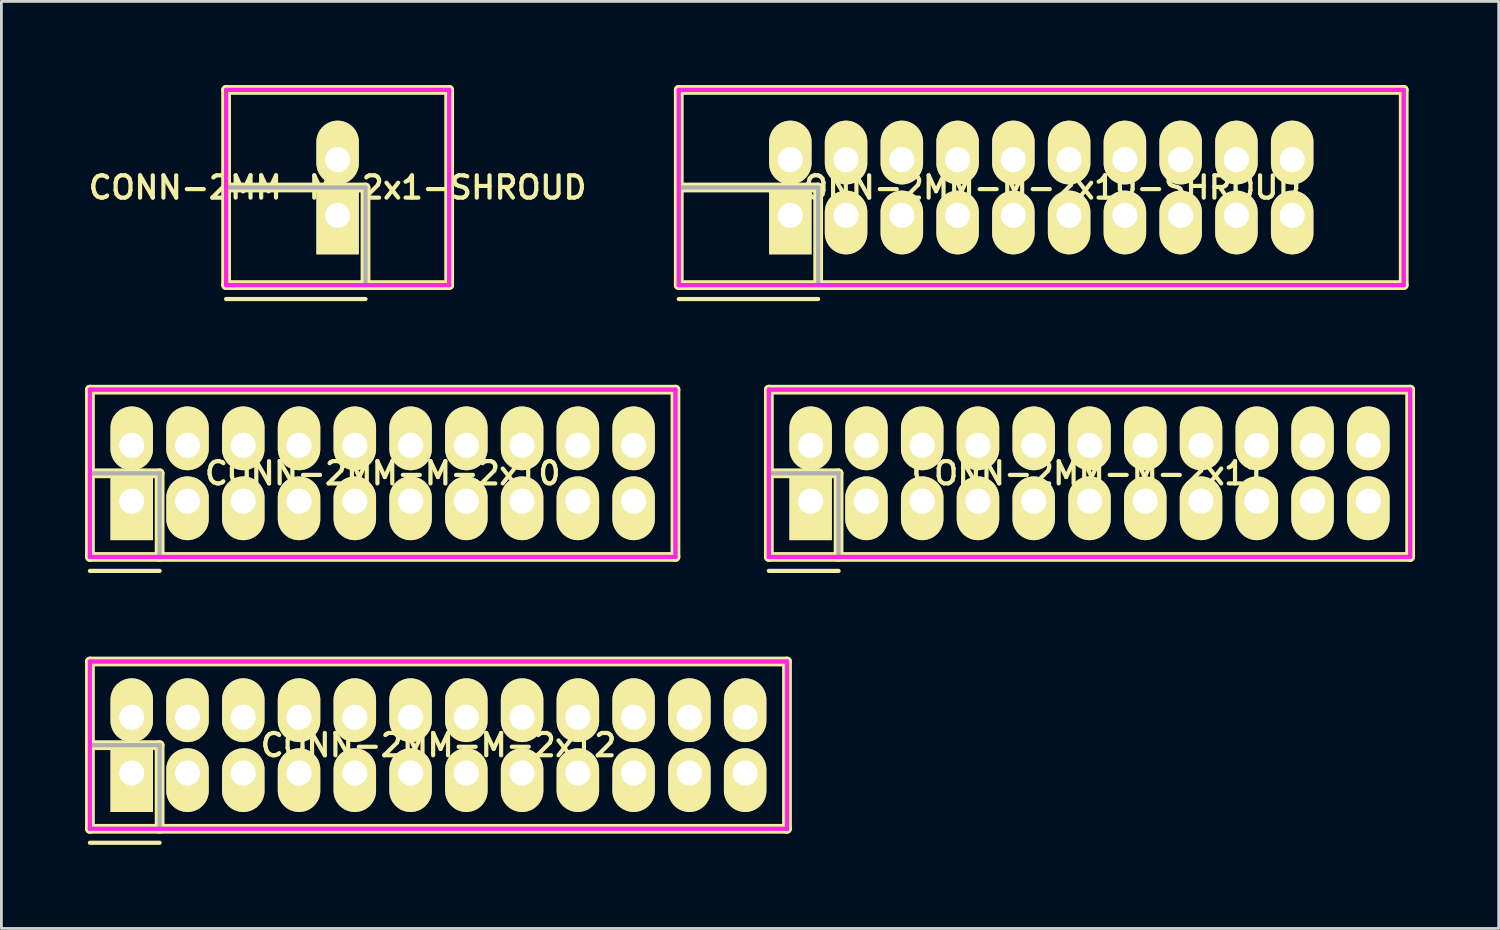
<source format=kicad_pcb>
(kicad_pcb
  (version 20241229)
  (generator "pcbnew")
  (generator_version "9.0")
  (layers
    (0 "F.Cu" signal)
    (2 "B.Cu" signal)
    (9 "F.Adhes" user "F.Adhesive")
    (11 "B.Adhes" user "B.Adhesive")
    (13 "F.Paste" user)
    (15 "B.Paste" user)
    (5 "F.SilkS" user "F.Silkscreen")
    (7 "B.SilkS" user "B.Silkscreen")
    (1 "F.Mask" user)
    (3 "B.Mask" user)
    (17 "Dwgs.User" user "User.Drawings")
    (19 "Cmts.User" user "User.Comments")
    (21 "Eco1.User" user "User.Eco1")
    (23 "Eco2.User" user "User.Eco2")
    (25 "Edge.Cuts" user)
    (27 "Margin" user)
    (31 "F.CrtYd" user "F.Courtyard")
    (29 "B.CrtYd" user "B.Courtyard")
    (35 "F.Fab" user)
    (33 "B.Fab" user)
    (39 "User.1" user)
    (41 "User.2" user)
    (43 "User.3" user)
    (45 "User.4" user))
  (footprint "CONN-2MM-M-2x1-SHROUD"
    (layer "F.Cu")
    (at 9.059 3.675)
    (property "Reference" "CONN-2MM-M-2x1-SHROUD" (at 0 0 0) (layer "F.SilkS") (effects (font (size 0.8 0.8) (thickness 0.15))))
    (attr through_hole)
    (fp_line (start -4 -3.5) (end 4 -3.5) (stroke (width 0.35) (type solid)) (layer "F.SilkS"))
    (fp_line (start -4 0) (end 1 0) (stroke (width 0.35) (type solid)) (layer "F.SilkS"))
    (fp_line (start -4 3.5) (end -4 -3.5) (stroke (width 0.35) (type solid)) (layer "F.SilkS"))
    (fp_line (start -4 4) (end 1 4) (stroke (width 0.15) (type solid)) (layer "F.SilkS"))
    (fp_line (start 1 0) (end 1 3.5) (stroke (width 0.35) (type solid)) (layer "F.SilkS"))
    (fp_line (start 4 -3.5) (end 4 3.5) (stroke (width 0.35) (type solid)) (layer "F.SilkS"))
    (fp_line (start 4 3.5) (end -4 3.5) (stroke (width 0.35) (type solid)) (layer "F.SilkS"))
    (fp_line (start -4 -3.5) (end 4 -3.5) (stroke (width 0.15) (type solid)) (layer "F.CrtYd"))
    (fp_line (start -4 3.5) (end -4 -3.5) (stroke (width 0.15) (type solid)) (layer "F.CrtYd"))
    (fp_line (start 4 -3.5) (end 4 3.5) (stroke (width 0.15) (type solid)) (layer "F.CrtYd"))
    (fp_line (start 4 3.5) (end -4 3.5) (stroke (width 0.15) (type solid)) (layer "F.CrtYd"))
    (fp_line (start -4 -3.5) (end 4 -3.5) (stroke (width 0.15) (type solid)) (layer "F.Fab"))
    (fp_line (start -4 0) (end 1 0) (stroke (width 0.15) (type solid)) (layer "F.Fab"))
    (fp_line (start -4 3.5) (end -4 -3.5) (stroke (width 0.15) (type solid)) (layer "F.Fab"))
    (fp_line (start 1 0) (end 1 3.5) (stroke (width 0.15) (type solid)) (layer "F.Fab"))
    (fp_line (start 4 -3.5) (end 4 3.5) (stroke (width 0.15) (type solid)) (layer "F.Fab"))
    (fp_line (start 4 3.5) (end -4 3.5) (stroke (width 0.15) (type solid)) (layer "F.Fab"))
    (pad "1" thru_hole rect (at 0 1) (size 1.524 2.286) (drill 0.9 (offset 0 0.254)) (layers "*.Cu" "*.Mask" "F.SilkS"))
    (pad "2" thru_hole oval (at 0 -1) (size 1.524 2.286) (drill 0.9 (offset 0 -0.254)) (layers "*.Cu" "*.Mask" "F.SilkS")))
  (footprint "CONN-2MM-M-2x12"
    (layer "F.Cu")
    (at 12.675 23.675)
    (property "Reference" "CONN-2MM-M-2x12" (at 0 0 0) (layer "F.SilkS") (effects (font (size 0.8 0.8) (thickness 0.15))))
    (attr through_hole)
    (fp_line (start -12.5 -3) (end 12.5 -3) (stroke (width 0.35) (type solid)) (layer "F.SilkS"))
    (fp_line (start -12.5 0) (end -10 0) (stroke (width 0.35) (type solid)) (layer "F.SilkS"))
    (fp_line (start -12.5 3) (end -12.5 -3) (stroke (width 0.35) (type solid)) (layer "F.SilkS"))
    (fp_line (start -12.5 3.5) (end -10 3.5) (stroke (width 0.15) (type solid)) (layer "F.SilkS"))
    (fp_line (start -10 0) (end -10 3) (stroke (width 0.35) (type solid)) (layer "F.SilkS"))
    (fp_line (start 12.5 -3) (end 12.5 3) (stroke (width 0.35) (type solid)) (layer "F.SilkS"))
    (fp_line (start 12.5 3) (end -12.5 3) (stroke (width 0.35) (type solid)) (layer "F.SilkS"))
    (fp_line (start -12.5 -3) (end 12.5 -3) (stroke (width 0.15) (type solid)) (layer "F.CrtYd"))
    (fp_line (start -12.5 3) (end -12.5 -3) (stroke (width 0.15) (type solid)) (layer "F.CrtYd"))
    (fp_line (start 12.5 -3) (end 12.5 3) (stroke (width 0.15) (type solid)) (layer "F.CrtYd"))
    (fp_line (start 12.5 3) (end -12.5 3) (stroke (width 0.15) (type solid)) (layer "F.CrtYd"))
    (fp_line (start -12.5 -3) (end 12.5 -3) (stroke (width 0.15) (type solid)) (layer "F.Fab"))
    (fp_line (start -12.5 0) (end -10 0) (stroke (width 0.15) (type solid)) (layer "F.Fab"))
    (fp_line (start -12.5 3) (end -12.5 -3) (stroke (width 0.15) (type solid)) (layer "F.Fab"))
    (fp_line (start -10 0) (end -10 3) (stroke (width 0.15) (type solid)) (layer "F.Fab"))
    (fp_line (start 12.5 -3) (end 12.5 3) (stroke (width 0.15) (type solid)) (layer "F.Fab"))
    (fp_line (start 12.5 3) (end -12.5 3) (stroke (width 0.15) (type solid)) (layer "F.Fab"))
    (pad "1" thru_hole rect (at -11 1) (size 1.524 2.286) (drill 0.9 (offset 0 0.254)) (layers "*.Cu" "*.Mask" "F.SilkS"))
    (pad "2" thru_hole oval (at -11 -1) (size 1.524 2.286) (drill 0.9 (offset 0 -0.254)) (layers "*.Cu" "*.Mask" "F.SilkS"))
    (pad "3" thru_hole oval (at -9 1) (size 1.524 2.286) (drill 0.9 (offset 0 0.254)) (layers "*.Cu" "*.Mask" "F.SilkS"))
    (pad "4" thru_hole oval (at -9 -1) (size 1.524 2.286) (drill 0.9 (offset 0 -0.254)) (layers "*.Cu" "*.Mask" "F.SilkS"))
    (pad "5" thru_hole oval (at -7 1) (size 1.524 2.286) (drill 0.9 (offset 0 0.254)) (layers "*.Cu" "*.Mask" "F.SilkS"))
    (pad "6" thru_hole oval (at -7 -1) (size 1.524 2.286) (drill 0.9 (offset 0 -0.254)) (layers "*.Cu" "*.Mask" "F.SilkS"))
    (pad "7" thru_hole oval (at -5 1) (size 1.524 2.286) (drill 0.9 (offset 0 0.254)) (layers "*.Cu" "*.Mask" "F.SilkS"))
    (pad "8" thru_hole oval (at -5 -1) (size 1.524 2.286) (drill 0.9 (offset 0 -0.254)) (layers "*.Cu" "*.Mask" "F.SilkS"))
    (pad "9" thru_hole oval (at -3 1) (size 1.524 2.286) (drill 0.9 (offset 0 0.254)) (layers "*.Cu" "*.Mask" "F.SilkS"))
    (pad "10" thru_hole oval (at -3 -1) (size 1.524 2.286) (drill 0.9 (offset 0 -0.254)) (layers "*.Cu" "*.Mask" "F.SilkS"))
    (pad "11" thru_hole oval (at -1 1) (size 1.524 2.286) (drill 0.9 (offset 0 0.254)) (layers "*.Cu" "*.Mask" "F.SilkS"))
    (pad "12" thru_hole oval (at -1 -1) (size 1.524 2.286) (drill 0.9 (offset 0 -0.254)) (layers "*.Cu" "*.Mask" "F.SilkS"))
    (pad "13" thru_hole oval (at 1 1) (size 1.524 2.286) (drill 0.9 (offset 0 0.254)) (layers "*.Cu" "*.Mask" "F.SilkS"))
    (pad "14" thru_hole oval (at 1 -1) (size 1.524 2.286) (drill 0.9 (offset 0 -0.254)) (layers "*.Cu" "*.Mask" "F.SilkS"))
    (pad "15" thru_hole oval (at 3 1) (size 1.524 2.286) (drill 0.9 (offset 0 0.254)) (layers "*.Cu" "*.Mask" "F.SilkS"))
    (pad "16" thru_hole oval (at 3 -1) (size 1.524 2.286) (drill 0.9 (offset 0 -0.254)) (layers "*.Cu" "*.Mask" "F.SilkS"))
    (pad "17" thru_hole oval (at 5 1) (size 1.524 2.286) (drill 0.9 (offset 0 0.254)) (layers "*.Cu" "*.Mask" "F.SilkS"))
    (pad "18" thru_hole oval (at 5 -1) (size 1.524 2.286) (drill 0.9 (offset 0 -0.254)) (layers "*.Cu" "*.Mask" "F.SilkS"))
    (pad "19" thru_hole oval (at 7 1) (size 1.524 2.286) (drill 0.9 (offset 0 0.254)) (layers "*.Cu" "*.Mask" "F.SilkS"))
    (pad "20" thru_hole oval (at 7 -1) (size 1.524 2.286) (drill 0.9 (offset 0 -0.254)) (layers "*.Cu" "*.Mask" "F.SilkS"))
    (pad "21" thru_hole oval (at 9 1) (size 1.524 2.286) (drill 0.9 (offset 0 0.254)) (layers "*.Cu" "*.Mask" "F.SilkS"))
    (pad "22" thru_hole oval (at 9 -1) (size 1.524 2.286) (drill 0.9 (offset 0 -0.254)) (layers "*.Cu" "*.Mask" "F.SilkS"))
    (pad "23" thru_hole oval (at 11 1) (size 1.524 2.286) (drill 0.9 (offset 0 0.254)) (layers "*.Cu" "*.Mask" "F.SilkS"))
    (pad "24" thru_hole oval (at 11 -1) (size 1.524 2.286) (drill 0.9 (offset 0 -0.254)) (layers "*.Cu" "*.Mask" "F.SilkS")))
  (footprint "CONN-2MM-M-2x11"
    (layer "F.Cu")
    (at 36.025 13.925)
    (property "Reference" "CONN-2MM-M-2x11" (at 0 0 0) (layer "F.SilkS") (effects (font (size 0.8 0.8) (thickness 0.15))))
    (attr through_hole)
    (fp_line (start -11.5 -3) (end 11.5 -3) (stroke (width 0.35) (type solid)) (layer "F.SilkS"))
    (fp_line (start -11.5 0) (end -9 0) (stroke (width 0.35) (type solid)) (layer "F.SilkS"))
    (fp_line (start -11.5 3) (end -11.5 -3) (stroke (width 0.35) (type solid)) (layer "F.SilkS"))
    (fp_line (start -11.5 3.5) (end -9 3.5) (stroke (width 0.15) (type solid)) (layer "F.SilkS"))
    (fp_line (start -9 0) (end -9 3) (stroke (width 0.35) (type solid)) (layer "F.SilkS"))
    (fp_line (start 11.5 -3) (end 11.5 3) (stroke (width 0.35) (type solid)) (layer "F.SilkS"))
    (fp_line (start 11.5 3) (end -11.5 3) (stroke (width 0.35) (type solid)) (layer "F.SilkS"))
    (fp_line (start -11.5 -3) (end 11.5 -3) (stroke (width 0.15) (type solid)) (layer "F.CrtYd"))
    (fp_line (start -11.5 3) (end -11.5 -3) (stroke (width 0.15) (type solid)) (layer "F.CrtYd"))
    (fp_line (start 11.5 -3) (end 11.5 3) (stroke (width 0.15) (type solid)) (layer "F.CrtYd"))
    (fp_line (start 11.5 3) (end -11.5 3) (stroke (width 0.15) (type solid)) (layer "F.CrtYd"))
    (fp_line (start -11.5 -3) (end 11.5 -3) (stroke (width 0.15) (type solid)) (layer "F.Fab"))
    (fp_line (start -11.5 0) (end -9 0) (stroke (width 0.15) (type solid)) (layer "F.Fab"))
    (fp_line (start -11.5 3) (end -11.5 -3) (stroke (width 0.15) (type solid)) (layer "F.Fab"))
    (fp_line (start -9 0) (end -9 3) (stroke (width 0.15) (type solid)) (layer "F.Fab"))
    (fp_line (start 11.5 -3) (end 11.5 3) (stroke (width 0.15) (type solid)) (layer "F.Fab"))
    (fp_line (start 11.5 3) (end -11.5 3) (stroke (width 0.15) (type solid)) (layer "F.Fab"))
    (pad "1" thru_hole rect (at -10 1) (size 1.524 2.286) (drill 0.9 (offset 0 0.254)) (layers "*.Cu" "*.Mask" "F.SilkS"))
    (pad "2" thru_hole oval (at -10 -1) (size 1.524 2.286) (drill 0.9 (offset 0 -0.254)) (layers "*.Cu" "*.Mask" "F.SilkS"))
    (pad "3" thru_hole oval (at -8 1) (size 1.524 2.286) (drill 0.9 (offset 0 0.254)) (layers "*.Cu" "*.Mask" "F.SilkS"))
    (pad "4" thru_hole oval (at -8 -1) (size 1.524 2.286) (drill 0.9 (offset 0 -0.254)) (layers "*.Cu" "*.Mask" "F.SilkS"))
    (pad "5" thru_hole oval (at -6 1) (size 1.524 2.286) (drill 0.9 (offset 0 0.254)) (layers "*.Cu" "*.Mask" "F.SilkS"))
    (pad "6" thru_hole oval (at -6 -1) (size 1.524 2.286) (drill 0.9 (offset 0 -0.254)) (layers "*.Cu" "*.Mask" "F.SilkS"))
    (pad "7" thru_hole oval (at -4 1) (size 1.524 2.286) (drill 0.9 (offset 0 0.254)) (layers "*.Cu" "*.Mask" "F.SilkS"))
    (pad "8" thru_hole oval (at -4 -1) (size 1.524 2.286) (drill 0.9 (offset 0 -0.254)) (layers "*.Cu" "*.Mask" "F.SilkS"))
    (pad "9" thru_hole oval (at -2 1) (size 1.524 2.286) (drill 0.9 (offset 0 0.254)) (layers "*.Cu" "*.Mask" "F.SilkS"))
    (pad "10" thru_hole oval (at -2 -1) (size 1.524 2.286) (drill 0.9 (offset 0 -0.254)) (layers "*.Cu" "*.Mask" "F.SilkS"))
    (pad "11" thru_hole oval (at 0 1) (size 1.524 2.286) (drill 0.9 (offset 0 0.254)) (layers "*.Cu" "*.Mask" "F.SilkS"))
    (pad "12" thru_hole oval (at 0 -1) (size 1.524 2.286) (drill 0.9 (offset 0 -0.254)) (layers "*.Cu" "*.Mask" "F.SilkS"))
    (pad "13" thru_hole oval (at 2 1) (size 1.524 2.286) (drill 0.9 (offset 0 0.254)) (layers "*.Cu" "*.Mask" "F.SilkS"))
    (pad "14" thru_hole oval (at 2 -1) (size 1.524 2.286) (drill 0.9 (offset 0 -0.254)) (layers "*.Cu" "*.Mask" "F.SilkS"))
    (pad "15" thru_hole oval (at 4 1) (size 1.524 2.286) (drill 0.9 (offset 0 0.254)) (layers "*.Cu" "*.Mask" "F.SilkS"))
    (pad "16" thru_hole oval (at 4 -1) (size 1.524 2.286) (drill 0.9 (offset 0 -0.254)) (layers "*.Cu" "*.Mask" "F.SilkS"))
    (pad "17" thru_hole oval (at 6 1) (size 1.524 2.286) (drill 0.9 (offset 0 0.254)) (layers "*.Cu" "*.Mask" "F.SilkS"))
    (pad "18" thru_hole oval (at 6 -1) (size 1.524 2.286) (drill 0.9 (offset 0 -0.254)) (layers "*.Cu" "*.Mask" "F.SilkS"))
    (pad "19" thru_hole oval (at 8 1) (size 1.524 2.286) (drill 0.9 (offset 0 0.254)) (layers "*.Cu" "*.Mask" "F.SilkS"))
    (pad "20" thru_hole oval (at 8 -1) (size 1.524 2.286) (drill 0.9 (offset 0 -0.254)) (layers "*.Cu" "*.Mask" "F.SilkS"))
    (pad "21" thru_hole oval (at 10 1) (size 1.524 2.286) (drill 0.9 (offset 0 0.254)) (layers "*.Cu" "*.Mask" "F.SilkS"))
    (pad "22" thru_hole oval (at 10 -1) (size 1.524 2.286) (drill 0.9 (offset 0 -0.254)) (layers "*.Cu" "*.Mask" "F.SilkS")))
  (footprint "CONN-2MM-M-2x10-SHROUD"
    (layer "F.Cu")
    (at 34.294 3.675)
    (property "Reference" "CONN-2MM-M-2x10-SHROUD" (at 0 0 0) (layer "F.SilkS") (effects (font (size 0.8 0.8) (thickness 0.15))))
    (attr through_hole)
    (fp_line (start -13 -3.5) (end 13 -3.5) (stroke (width 0.35) (type solid)) (layer "F.SilkS"))
    (fp_line (start -13 0) (end -8 0) (stroke (width 0.35) (type solid)) (layer "F.SilkS"))
    (fp_line (start -13 3.5) (end -13 -3.5) (stroke (width 0.35) (type solid)) (layer "F.SilkS"))
    (fp_line (start -13 4) (end -8 4) (stroke (width 0.15) (type solid)) (layer "F.SilkS"))
    (fp_line (start -8 0) (end -8 3.5) (stroke (width 0.35) (type solid)) (layer "F.SilkS"))
    (fp_line (start 13 -3.5) (end 13 3.5) (stroke (width 0.35) (type solid)) (layer "F.SilkS"))
    (fp_line (start 13 3.5) (end -13 3.5) (stroke (width 0.35) (type solid)) (layer "F.SilkS"))
    (fp_line (start -13 -3.5) (end 13 -3.5) (stroke (width 0.15) (type solid)) (layer "F.CrtYd"))
    (fp_line (start -13 3.5) (end -13 -3.5) (stroke (width 0.15) (type solid)) (layer "F.CrtYd"))
    (fp_line (start 13 -3.5) (end 13 3.5) (stroke (width 0.15) (type solid)) (layer "F.CrtYd"))
    (fp_line (start 13 3.5) (end -13 3.5) (stroke (width 0.15) (type solid)) (layer "F.CrtYd"))
    (fp_line (start -13 -3.5) (end 13 -3.5) (stroke (width 0.15) (type solid)) (layer "F.Fab"))
    (fp_line (start -13 0) (end -8 0) (stroke (width 0.15) (type solid)) (layer "F.Fab"))
    (fp_line (start -13 3.5) (end -13 -3.5) (stroke (width 0.15) (type solid)) (layer "F.Fab"))
    (fp_line (start -8 0) (end -8 3.5) (stroke (width 0.15) (type solid)) (layer "F.Fab"))
    (fp_line (start 13 -3.5) (end 13 3.5) (stroke (width 0.15) (type solid)) (layer "F.Fab"))
    (fp_line (start 13 3.5) (end -13 3.5) (stroke (width 0.15) (type solid)) (layer "F.Fab"))
    (pad "1" thru_hole rect (at -9 1) (size 1.524 2.286) (drill 0.9 (offset 0 0.254)) (layers "*.Cu" "*.Mask" "F.SilkS"))
    (pad "2" thru_hole oval (at -9 -1) (size 1.524 2.286) (drill 0.9 (offset 0 -0.254)) (layers "*.Cu" "*.Mask" "F.SilkS"))
    (pad "3" thru_hole oval (at -7 1) (size 1.524 2.286) (drill 0.9 (offset 0 0.254)) (layers "*.Cu" "*.Mask" "F.SilkS"))
    (pad "4" thru_hole oval (at -7 -1) (size 1.524 2.286) (drill 0.9 (offset 0 -0.254)) (layers "*.Cu" "*.Mask" "F.SilkS"))
    (pad "5" thru_hole oval (at -5 1) (size 1.524 2.286) (drill 0.9 (offset 0 0.254)) (layers "*.Cu" "*.Mask" "F.SilkS"))
    (pad "6" thru_hole oval (at -5 -1) (size 1.524 2.286) (drill 0.9 (offset 0 -0.254)) (layers "*.Cu" "*.Mask" "F.SilkS"))
    (pad "7" thru_hole oval (at -3 1) (size 1.524 2.286) (drill 0.9 (offset 0 0.254)) (layers "*.Cu" "*.Mask" "F.SilkS"))
    (pad "8" thru_hole oval (at -3 -1) (size 1.524 2.286) (drill 0.9 (offset 0 -0.254)) (layers "*.Cu" "*.Mask" "F.SilkS"))
    (pad "9" thru_hole oval (at -1 1) (size 1.524 2.286) (drill 0.9 (offset 0 0.254)) (layers "*.Cu" "*.Mask" "F.SilkS"))
    (pad "10" thru_hole oval (at -1 -1) (size 1.524 2.286) (drill 0.9 (offset 0 -0.254)) (layers "*.Cu" "*.Mask" "F.SilkS"))
    (pad "11" thru_hole oval (at 1 1) (size 1.524 2.286) (drill 0.9 (offset 0 0.254)) (layers "*.Cu" "*.Mask" "F.SilkS"))
    (pad "12" thru_hole oval (at 1 -1) (size 1.524 2.286) (drill 0.9 (offset 0 -0.254)) (layers "*.Cu" "*.Mask" "F.SilkS"))
    (pad "13" thru_hole oval (at 3 1) (size 1.524 2.286) (drill 0.9 (offset 0 0.254)) (layers "*.Cu" "*.Mask" "F.SilkS"))
    (pad "14" thru_hole oval (at 3 -1) (size 1.524 2.286) (drill 0.9 (offset 0 -0.254)) (layers "*.Cu" "*.Mask" "F.SilkS"))
    (pad "15" thru_hole oval (at 5 1) (size 1.524 2.286) (drill 0.9 (offset 0 0.254)) (layers "*.Cu" "*.Mask" "F.SilkS"))
    (pad "16" thru_hole oval (at 5 -1) (size 1.524 2.286) (drill 0.9 (offset 0 -0.254)) (layers "*.Cu" "*.Mask" "F.SilkS"))
    (pad "17" thru_hole oval (at 7 1) (size 1.524 2.286) (drill 0.9 (offset 0 0.254)) (layers "*.Cu" "*.Mask" "F.SilkS"))
    (pad "18" thru_hole oval (at 7 -1) (size 1.524 2.286) (drill 0.9 (offset 0 -0.254)) (layers "*.Cu" "*.Mask" "F.SilkS"))
    (pad "19" thru_hole oval (at 9 1) (size 1.524 2.286) (drill 0.9 (offset 0 0.254)) (layers "*.Cu" "*.Mask" "F.SilkS"))
    (pad "20" thru_hole oval (at 9 -1) (size 1.524 2.286) (drill 0.9 (offset 0 -0.254)) (layers "*.Cu" "*.Mask" "F.SilkS")))
  (footprint "CONN-2MM-M-2x10"
    (layer "F.Cu")
    (at 10.675 13.925)
    (property "Reference" "CONN-2MM-M-2x10" (at 0 0 0) (layer "F.SilkS") (effects (font (size 0.8 0.8) (thickness 0.15))))
    (attr through_hole)
    (fp_line (start -10.5 -3) (end 10.5 -3) (stroke (width 0.35) (type solid)) (layer "F.SilkS"))
    (fp_line (start -10.5 0) (end -8 0) (stroke (width 0.35) (type solid)) (layer "F.SilkS"))
    (fp_line (start -10.5 3) (end -10.5 -3) (stroke (width 0.35) (type solid)) (layer "F.SilkS"))
    (fp_line (start -10.5 3.5) (end -8 3.5) (stroke (width 0.15) (type solid)) (layer "F.SilkS"))
    (fp_line (start -8 0) (end -8 3) (stroke (width 0.35) (type solid)) (layer "F.SilkS"))
    (fp_line (start 10.5 -3) (end 10.5 3) (stroke (width 0.35) (type solid)) (layer "F.SilkS"))
    (fp_line (start 10.5 3) (end -10.5 3) (stroke (width 0.35) (type solid)) (layer "F.SilkS"))
    (fp_line (start -10.5 -3) (end 10.5 -3) (stroke (width 0.15) (type solid)) (layer "F.CrtYd"))
    (fp_line (start -10.5 3) (end -10.5 -3) (stroke (width 0.15) (type solid)) (layer "F.CrtYd"))
    (fp_line (start 10.5 -3) (end 10.5 3) (stroke (width 0.15) (type solid)) (layer "F.CrtYd"))
    (fp_line (start 10.5 3) (end -10.5 3) (stroke (width 0.15) (type solid)) (layer "F.CrtYd"))
    (fp_line (start -10.5 -3) (end 10.5 -3) (stroke (width 0.15) (type solid)) (layer "F.Fab"))
    (fp_line (start -10.5 0) (end -8 0) (stroke (width 0.15) (type solid)) (layer "F.Fab"))
    (fp_line (start -10.5 3) (end -10.5 -3) (stroke (width 0.15) (type solid)) (layer "F.Fab"))
    (fp_line (start -8 0) (end -8 3) (stroke (width 0.15) (type solid)) (layer "F.Fab"))
    (fp_line (start 10.5 -3) (end 10.5 3) (stroke (width 0.15) (type solid)) (layer "F.Fab"))
    (fp_line (start 10.5 3) (end -10.5 3) (stroke (width 0.15) (type solid)) (layer "F.Fab"))
    (pad "1" thru_hole rect (at -9 1) (size 1.524 2.286) (drill 0.9 (offset 0 0.254)) (layers "*.Cu" "*.Mask" "F.SilkS"))
    (pad "2" thru_hole oval (at -9 -1) (size 1.524 2.286) (drill 0.9 (offset 0 -0.254)) (layers "*.Cu" "*.Mask" "F.SilkS"))
    (pad "3" thru_hole oval (at -7 1) (size 1.524 2.286) (drill 0.9 (offset 0 0.254)) (layers "*.Cu" "*.Mask" "F.SilkS"))
    (pad "4" thru_hole oval (at -7 -1) (size 1.524 2.286) (drill 0.9 (offset 0 -0.254)) (layers "*.Cu" "*.Mask" "F.SilkS"))
    (pad "5" thru_hole oval (at -5 1) (size 1.524 2.286) (drill 0.9 (offset 0 0.254)) (layers "*.Cu" "*.Mask" "F.SilkS"))
    (pad "6" thru_hole oval (at -5 -1) (size 1.524 2.286) (drill 0.9 (offset 0 -0.254)) (layers "*.Cu" "*.Mask" "F.SilkS"))
    (pad "7" thru_hole oval (at -3 1) (size 1.524 2.286) (drill 0.9 (offset 0 0.254)) (layers "*.Cu" "*.Mask" "F.SilkS"))
    (pad "8" thru_hole oval (at -3 -1) (size 1.524 2.286) (drill 0.9 (offset 0 -0.254)) (layers "*.Cu" "*.Mask" "F.SilkS"))
    (pad "9" thru_hole oval (at -1 1) (size 1.524 2.286) (drill 0.9 (offset 0 0.254)) (layers "*.Cu" "*.Mask" "F.SilkS"))
    (pad "10" thru_hole oval (at -1 -1) (size 1.524 2.286) (drill 0.9 (offset 0 -0.254)) (layers "*.Cu" "*.Mask" "F.SilkS"))
    (pad "11" thru_hole oval (at 1 1) (size 1.524 2.286) (drill 0.9 (offset 0 0.254)) (layers "*.Cu" "*.Mask" "F.SilkS"))
    (pad "12" thru_hole oval (at 1 -1) (size 1.524 2.286) (drill 0.9 (offset 0 -0.254)) (layers "*.Cu" "*.Mask" "F.SilkS"))
    (pad "13" thru_hole oval (at 3 1) (size 1.524 2.286) (drill 0.9 (offset 0 0.254)) (layers "*.Cu" "*.Mask" "F.SilkS"))
    (pad "14" thru_hole oval (at 3 -1) (size 1.524 2.286) (drill 0.9 (offset 0 -0.254)) (layers "*.Cu" "*.Mask" "F.SilkS"))
    (pad "15" thru_hole oval (at 5 1) (size 1.524 2.286) (drill 0.9 (offset 0 0.254)) (layers "*.Cu" "*.Mask" "F.SilkS"))
    (pad "16" thru_hole oval (at 5 -1) (size 1.524 2.286) (drill 0.9 (offset 0 -0.254)) (layers "*.Cu" "*.Mask" "F.SilkS"))
    (pad "17" thru_hole oval (at 7 1) (size 1.524 2.286) (drill 0.9 (offset 0 0.254)) (layers "*.Cu" "*.Mask" "F.SilkS"))
    (pad "18" thru_hole oval (at 7 -1) (size 1.524 2.286) (drill 0.9 (offset 0 -0.254)) (layers "*.Cu" "*.Mask" "F.SilkS"))
    (pad "19" thru_hole oval (at 9 1) (size 1.524 2.286) (drill 0.9 (offset 0 0.254)) (layers "*.Cu" "*.Mask" "F.SilkS"))
    (pad "20" thru_hole oval (at 9 -1) (size 1.524 2.286) (drill 0.9 (offset 0 -0.254)) (layers "*.Cu" "*.Mask" "F.SilkS")))
  (gr_rect
    (start -3 -3)
    (end 50.7 30.25)
    (stroke (width 0.1) (type default))
    (fill no)
    (layer "Edge.Cuts")))
</source>
